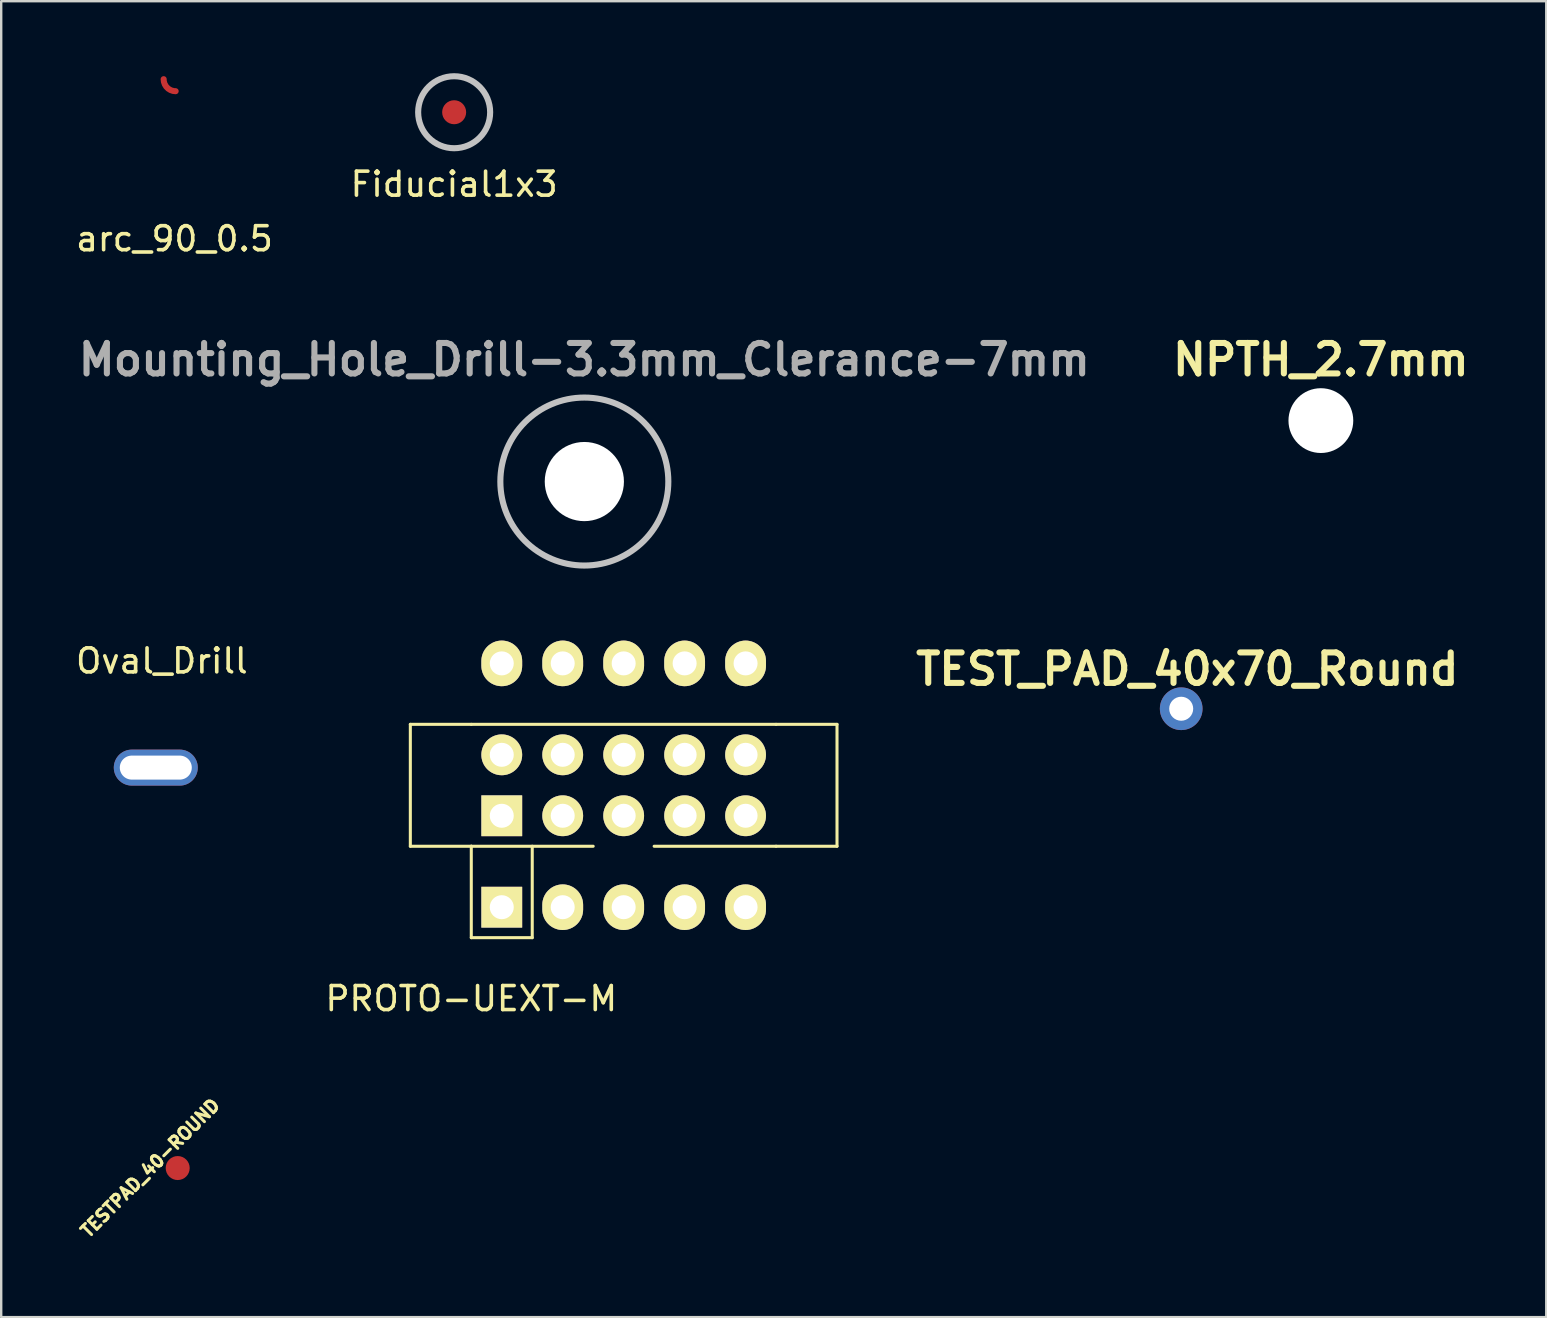
<source format=kicad_pcb>
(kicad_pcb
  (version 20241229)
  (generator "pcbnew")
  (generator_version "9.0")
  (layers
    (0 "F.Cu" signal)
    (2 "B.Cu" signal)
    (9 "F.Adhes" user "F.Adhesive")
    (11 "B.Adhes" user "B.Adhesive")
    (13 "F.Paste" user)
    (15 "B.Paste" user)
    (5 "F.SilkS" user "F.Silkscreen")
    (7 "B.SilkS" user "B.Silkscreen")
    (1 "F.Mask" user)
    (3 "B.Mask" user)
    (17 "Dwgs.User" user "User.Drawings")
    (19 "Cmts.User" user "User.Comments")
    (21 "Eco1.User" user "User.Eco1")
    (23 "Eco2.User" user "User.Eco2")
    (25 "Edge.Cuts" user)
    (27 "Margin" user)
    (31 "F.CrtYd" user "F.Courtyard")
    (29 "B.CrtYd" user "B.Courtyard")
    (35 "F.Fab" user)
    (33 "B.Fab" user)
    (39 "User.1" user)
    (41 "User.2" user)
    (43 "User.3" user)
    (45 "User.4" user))
  (footprint "Oval_Drill"
    (layer "F.Cu")
    (at 3.442 28.937)
    (property "Reference" "Oval_Drill" (at 0.254 -4.445 0) (layer "F.SilkS") (effects (font (size 1 1) (thickness 0.15))))
    (attr through_hole)
    (pad "1" thru_hole oval (at 0 0) (size 3.5 1.5) (drill oval 3 1) (layers "*.Cu" "*.Mask")))
  (footprint "PROTO-UEXT-M"
    (layer "F.Cu")
    (at 17.859 30.944)
    (property "Reference" "PROTO-UEXT-M" (at -1.27 7.62 0) (layer "F.SilkS") (effects (font (size 1 1) (thickness 0.15))))
    (attr smd)
    (fp_line (start -3.81 -3.81) (end -3.81 1.27) (stroke (width 0.127) (type solid)) (layer "F.SilkS"))
    (fp_line (start -3.81 1.27) (end -1.27 1.27) (stroke (width 0.127) (type solid)) (layer "F.SilkS"))
    (fp_line (start -1.27 -3.81) (end -3.81 -3.81) (stroke (width 0.127) (type solid)) (layer "F.SilkS"))
    (fp_line (start -1.27 -3.81) (end 11.43 -3.81) (stroke (width 0.127) (type solid)) (layer "F.SilkS"))
    (fp_line (start -1.27 1.27) (end -1.27 5.08) (stroke (width 0.127) (type solid)) (layer "F.SilkS"))
    (fp_line (start -1.27 1.27) (end 3.81 1.27) (stroke (width 0.127) (type solid)) (layer "F.SilkS"))
    (fp_line (start -1.27 5.08) (end 1.27 5.08) (stroke (width 0.127) (type solid)) (layer "F.SilkS"))
    (fp_line (start 1.27 5.08) (end 1.27 1.27) (stroke (width 0.127) (type solid)) (layer "F.SilkS"))
    (fp_line (start 6.35 1.27) (end 11.43 1.27) (stroke (width 0.127) (type solid)) (layer "F.SilkS"))
    (fp_line (start 11.43 -3.81) (end 13.97 -3.81) (stroke (width 0.127) (type solid)) (layer "F.SilkS"))
    (fp_line (start 13.97 -3.81) (end 13.97 1.27) (stroke (width 0.127) (type solid)) (layer "F.SilkS"))
    (fp_line (start 13.97 1.27) (end 11.43 1.27) (stroke (width 0.127) (type solid)) (layer "F.SilkS"))
    (pad "1" thru_hole rect (at 0 0) (size 1.7 1.7) (drill 1) (layers "*.Cu" "*.Mask" "F.SilkS"))
    (pad "1" thru_hole rect (at 0 3.81) (size 1.7 1.7) (drill 1) (layers "*.Cu" "*.Mask" "F.SilkS"))
    (pad "2" thru_hole oval (at 0 -6.35) (size 1.7 1.9) (drill 1) (layers "*.Cu" "*.Mask" "F.SilkS"))
    (pad "2" thru_hole circle (at 0 -2.54) (size 1.7 1.7) (drill 1) (layers "*.Cu" "*.Mask" "F.SilkS"))
    (pad "3" thru_hole circle (at 2.54 0) (size 1.7 1.7) (drill 1) (layers "*.Cu" "*.Mask" "F.SilkS"))
    (pad "3" thru_hole oval (at 2.54 3.81) (size 1.7 1.9) (drill 1) (layers "*.Cu" "*.Mask" "F.SilkS"))
    (pad "4" thru_hole oval (at 2.54 -6.35) (size 1.7 1.9) (drill 1) (layers "*.Cu" "*.Mask" "F.SilkS"))
    (pad "4" thru_hole circle (at 2.54 -2.54) (size 1.7 1.7) (drill 1) (layers "*.Cu" "*.Mask" "F.SilkS"))
    (pad "5" thru_hole circle (at 5.08 0) (size 1.7 1.7) (drill 1) (layers "*.Cu" "*.Mask" "F.SilkS"))
    (pad "5" thru_hole oval (at 5.08 3.81) (size 1.7 1.9) (drill 1) (layers "*.Cu" "*.Mask" "F.SilkS"))
    (pad "6" thru_hole oval (at 5.08 -6.35) (size 1.7 1.9) (drill 1) (layers "*.Cu" "*.Mask" "F.SilkS"))
    (pad "6" thru_hole circle (at 5.08 -2.54) (size 1.7 1.7) (drill 1) (layers "*.Cu" "*.Mask" "F.SilkS"))
    (pad "7" thru_hole circle (at 7.62 0) (size 1.7 1.7) (drill 1) (layers "*.Cu" "*.Mask" "F.SilkS"))
    (pad "7" thru_hole oval (at 7.62 3.81) (size 1.7 1.9) (drill 1) (layers "*.Cu" "*.Mask" "F.SilkS"))
    (pad "8" thru_hole oval (at 7.62 -6.35) (size 1.7 1.9) (drill 1) (layers "*.Cu" "*.Mask" "F.SilkS"))
    (pad "8" thru_hole circle (at 7.62 -2.54) (size 1.7 1.7) (drill 1) (layers "*.Cu" "*.Mask" "F.SilkS"))
    (pad "9" thru_hole circle (at 10.16 0) (size 1.7 1.7) (drill 1) (layers "*.Cu" "*.Mask" "F.SilkS"))
    (pad "9" thru_hole oval (at 10.16 3.81) (size 1.7 1.9) (drill 1) (layers "*.Cu" "*.Mask" "F.SilkS"))
    (pad "10" thru_hole oval (at 10.16 -6.35) (size 1.7 1.9) (drill 1) (layers "*.Cu" "*.Mask" "F.SilkS"))
    (pad "10" thru_hole circle (at 10.16 -2.54) (size 1.7 1.7) (drill 1) (layers "*.Cu" "*.Mask" "F.SilkS")))
  (footprint "arc_90_0.5"
    (layer "F.Cu")
    (at 4.27 0.25)
    (property "Reference" "arc_90_0.5" (at -0.05 6.65 0) (layer "F.SilkS") (effects (font (size 1 1) (thickness 0.15))))
    (attr through_hole)
    (pad "1" smd custom (at -0.5 0) (size 0.254 0.254) (layers "F.Cu") (options (anchor circle)) (primitives (gr_arc (start 0.5 0.5) (mid 0.146447 0.353553) (end 0 0) (width 0.254)))))
  (footprint "Mounting_Hole_Drill-3.3mm_Clerance-7mm"
    (layer "F.Cu")
    (at 21.3 17.017)
    (property "Reference" "Mounting_Hole_Drill-3.3mm_Clerance-7mm" (at 0 -5.08 0) (layer "F.Fab") (effects (font (size 1.27 1.27) (thickness 0.254))))
    (attr exclude_from_pos_files exclude_from_bom)
    (fp_circle (center 0 0) (end 3.5 0) (stroke (width 0.254) (type solid)) (fill no) (layer "Dwgs.User"))
    (pad "" np_thru_hole circle (at 0 0) (size 3.3 3.3) (drill 3.3) (layers "*.Cu" "*.Mask")))
  (footprint "NPTH_2.7mm"
    (layer "F.Cu")
    (at 51.992 14.477)
    (property "Reference" "NPTH_2.7mm" (at 0 -2.54 0) (layer "F.SilkS") (effects (font (size 1.27 1.27) (thickness 0.254))))
    (attr through_hole)
    (pad "" np_thru_hole circle (at 0 0) (size 2.7 2.7) (drill 2.7) (layers "*.Cu" "*.Mask")))
  (footprint "Fiducial1x3"
    (layer "F.Cu")
    (at 15.875 1.627)
    (property "Reference" "Fiducial1x3" (at 0 3 0) (layer "F.SilkS") (effects (font (size 1 1) (thickness 0.15))))
    (attr smd)
    (fp_circle (center 0 0) (end 1.5 0) (stroke (width 0.254) (type solid)) (fill no) (layer "Dwgs.User"))
    (pad "Fid1" connect circle (at 0 0) (size 1 1) (layers "F.Cu" "F.Mask")))
  (footprint "TEST_PAD_40x70_Round"
    (layer "F.Cu")
    (at 46.172 26.484)
    (property "Reference" "TEST_PAD_40x70_Round" (at 0.254 -1.651 0) (layer "F.SilkS") (effects (font (size 1.27 1.27) (thickness 0.254))))
    (attr smd)
    (pad "1" thru_hole circle (at 0 0) (size 1.778 1.778) (drill 1) (layers "*.Cu" "*.Mask")))
  (footprint "TESTPAD_40-ROUND"
    (layer "F.Cu")
    (at 4.355 45.624)
    (property "Reference" "TESTPAD_40-ROUND" (at -1.143 0 45) (unlocked yes) (layer "F.SilkS") (effects (font (size 0.508 0.508) (thickness 0.127))))
    (attr exclude_from_pos_files exclude_from_bom)
    (pad "1" smd circle (at 0 0) (size 1 1) (layers "F.Cu" "F.Mask")))
  (gr_rect
    (start -3 -3)
    (end 61.384 51.836)
    (stroke (width 0.1) (type default))
    (fill no)
    (layer "Edge.Cuts")))
</source>
